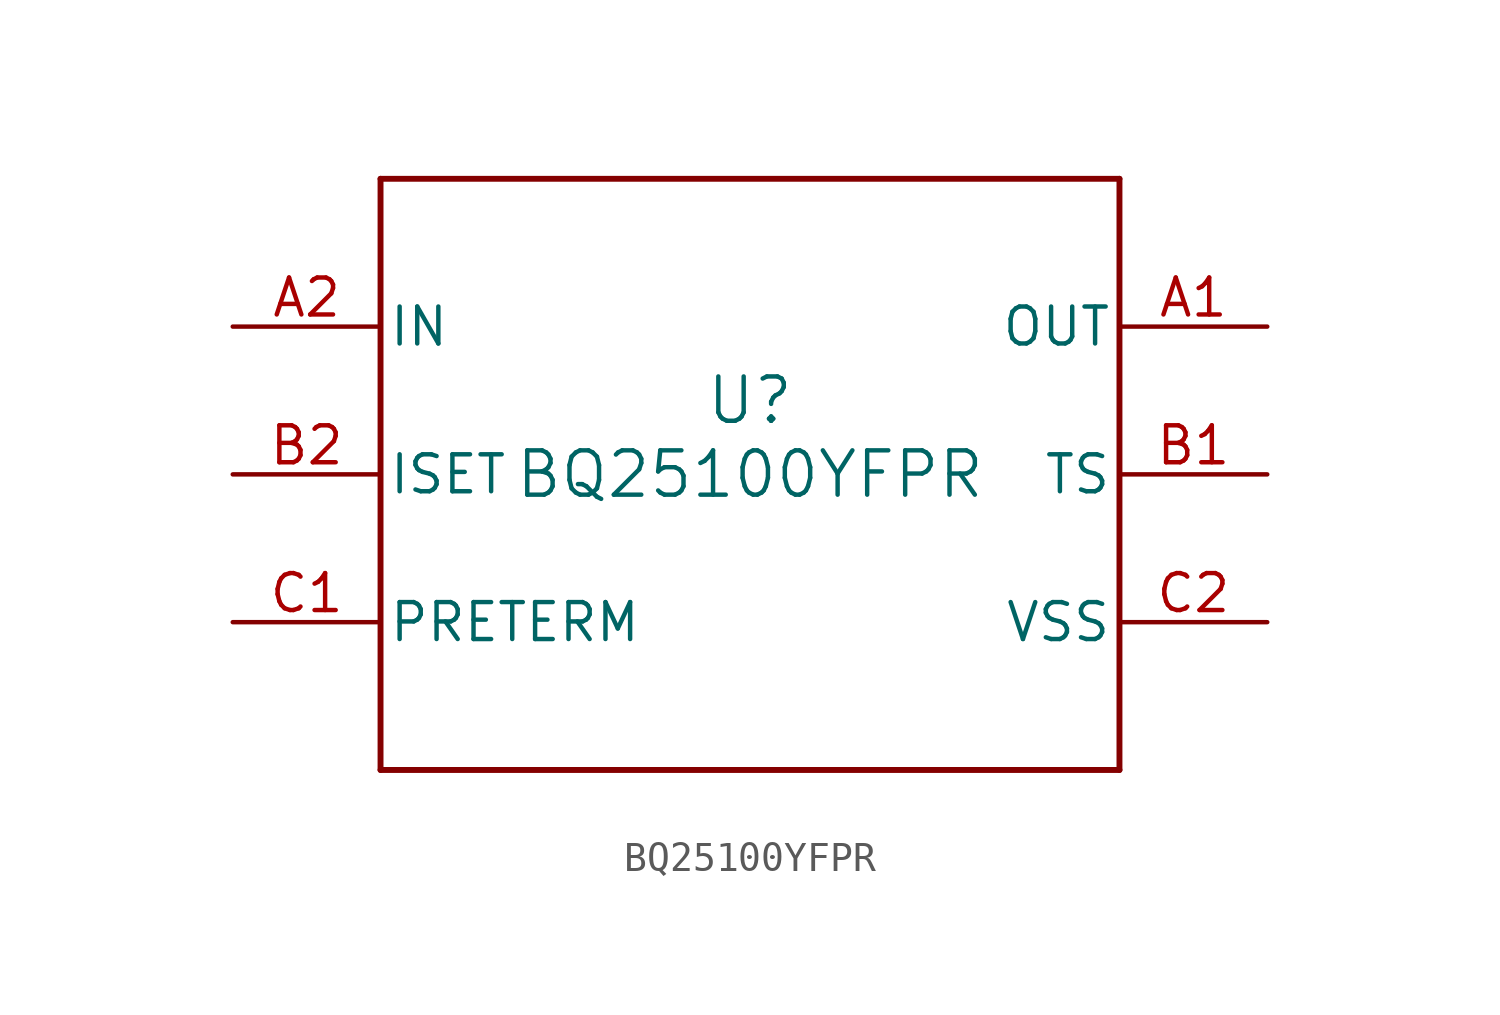
<source format=kicad_sym>
(kicad_symbol_lib
  (version 20211014)
  (generator kicad_symbol_editor)
  (symbol "BQ25100YFPR"
    (pin_names
      (offset 0.254))
    (property "Reference" "U"
      (at 0 2.54 0)
      (effects (font (size 1.524 1.524))))
    (property "Value" "BQ25100YFPR"
      (at 0 0 0)
      (effects (font (size 1.524 1.524))))
    (symbol "BQ25100YFPR_0_1"
      (polyline (pts (xy -12.7 -10.16) (xy 12.7 -10.16)) (stroke (width 0.203) (type default) (color 0 0 0 0)) (fill (type none)))
      (polyline (pts (xy 12.7 -10.16) (xy 12.7 10.16)) (stroke (width 0.203) (type default) (color 0 0 0 0)) (fill (type none)))
      (polyline (pts (xy 12.7 10.16) (xy -12.7 10.16)) (stroke (width 0.203) (type default) (color 0 0 0 0)) (fill (type none)))
      (polyline (pts (xy -12.7 10.16) (xy -12.7 -10.16)) (stroke (width 0.203) (type default) (color 0 0 0 0)) (fill (type none)))
      (pin power_in line (at 17.78 5.08 180) (length 5.08) (name "OUT" (effects (font (size 1.27 1.27)))) (number "A1" (effects (font (size 1.27 1.27)))))
      (pin power_in line (at -17.78 5.08 0) (length 5.08) (name "IN" (effects (font (size 1.27 1.27)))) (number "A2" (effects (font (size 1.27 1.27)))))
      (pin input line (at 17.78 0 180) (length 5.08) (name "TS" (effects (font (size 1.27 1.27)))) (number "B1" (effects (font (size 1.27 1.27)))))
      (pin input line (at -17.78 0 0) (length 5.08) (name "ISET" (effects (font (size 1.27 1.27)))) (number "B2" (effects (font (size 1.27 1.27)))))
      (pin input line (at -17.78 -5.08 0) (length 5.08) (name "PRETERM" (effects (font (size 1.27 1.27)))) (number "C1" (effects (font (size 1.27 1.27)))))
      (pin power_in line (at 17.78 -5.08 180) (length 5.08) (name "VSS" (effects (font (size 1.27 1.27)))) (number "C2" (effects (font (size 1.27 1.27))))))))
</source>
